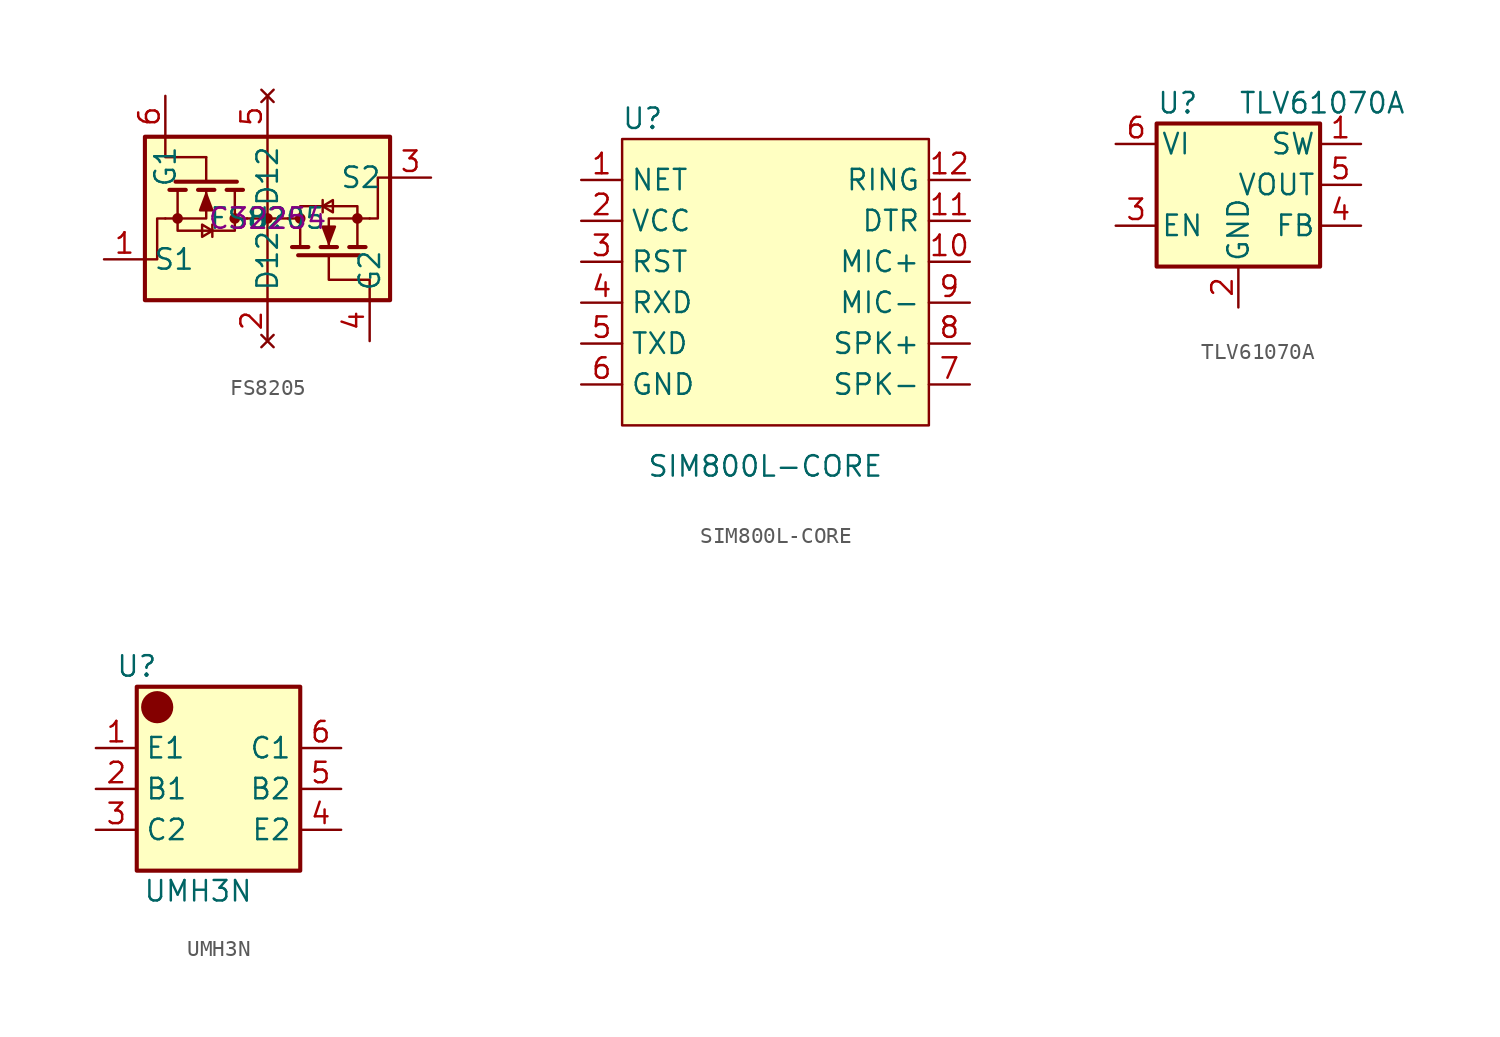
<source format=kicad_sym>
(kicad_symbol_lib
  (version 20220914)
  (generator kicad_symbol_editor)
  (symbol "FS8205"
    (property "Reference" "U"
      (at 0 0 0)
      (effects (font (size 1.27 1.27))))
    (property "Value" "FS8205"
      (at 0 0 0)
      (effects (font (size 1.27 1.27))))
    (property "LCSC" "C32254"
      (at 0 0 0)
      (effects (font (size 1.27 1.27))))
    (symbol "FS8205_0_0"
      (polyline (pts (xy 0 5.08) (xy 0 -5.08)) (stroke (width 0) (type default)) (fill (type none))))
    (symbol "FS8205_0_1"
      (rectangle (start -7.62 5.08) (end 7.62 -5.08) (stroke (width 0.254) (type default)) (fill (type background)))
      (circle (center -5.588 0) (radius 0.254) (stroke (width 0) (type default)) (fill (type outline)))
      (circle (center -2.032 0) (radius 0.254) (stroke (width 0) (type default)) (fill (type outline)))
      (polyline (pts (xy -5.08 1.778) (xy -6.096 1.778)) (stroke (width 0.254) (type default)) (fill (type none)))
      (polyline (pts (xy -3.81 2.286) (xy -3.81 3.81)) (stroke (width 0) (type default)) (fill (type none)))
      (polyline (pts (xy -3.302 1.778) (xy -4.318 1.778)) (stroke (width 0.254) (type default)) (fill (type none)))
      (polyline (pts (xy -1.905 2.286) (xy -5.715 2.286)) (stroke (width 0.254) (type default)) (fill (type none)))
      (polyline (pts (xy -1.524 1.778) (xy -2.54 1.778)) (stroke (width 0.254) (type default)) (fill (type none)))
      (polyline (pts (xy -1.27 0) (xy -2.032 0)) (stroke (width 0) (type default)) (fill (type none)))
      (polyline (pts (xy -1.27 0) (xy 1.27 0)) (stroke (width 0) (type default)) (fill (type none)))
      (polyline (pts (xy 1.27 0) (xy 2.032 0)) (stroke (width 0) (type default)) (fill (type none)))
      (polyline (pts (xy 1.524 -1.778) (xy 2.54 -1.778)) (stroke (width 0.254) (type default)) (fill (type none)))
      (polyline (pts (xy 1.905 -2.286) (xy 5.715 -2.286)) (stroke (width 0.254) (type default)) (fill (type none)))
      (polyline (pts (xy 3.302 -1.778) (xy 4.318 -1.778)) (stroke (width 0.254) (type default)) (fill (type none)))
      (polyline (pts (xy 5.08 -1.778) (xy 6.096 -1.778)) (stroke (width 0.254) (type default)) (fill (type none)))
      (polyline (pts (xy -6.35 0) (xy -3.81 0) (xy -3.81 1.778)) (stroke (width 0) (type default)) (fill (type none)))
      (polyline (pts (xy -3.81 3.81) (xy -6.35 3.81) (xy -6.35 5.08)) (stroke (width 0) (type default)) (fill (type none)))
      (polyline (pts (xy 6.35 0) (xy 3.81 0) (xy 3.81 -1.778)) (stroke (width 0) (type default)) (fill (type none)))
      (polyline (pts (xy -6.35 0) (xy -6.858 0) (xy -6.858 -2.54) (xy -7.62 -2.54)) (stroke (width 0) (type default)) (fill (type none)))
      (polyline (pts (xy -5.588 1.778) (xy -5.588 -0.762) (xy -2.032 -0.762) (xy -2.032 1.778)) (stroke (width 0) (type default)) (fill (type none)))
      (polyline (pts (xy -3.81 1.524) (xy -3.429 0.508) (xy -4.191 0.508) (xy -3.81 1.524)) (stroke (width 0) (type default)) (fill (type outline)))
      (polyline (pts (xy -3.429 -0.762) (xy -4.064 -0.381) (xy -4.064 -1.143) (xy -3.429 -0.762)) (stroke (width 0) (type default)) (fill (type none)))
      (polyline (pts (xy -3.429 -0.381) (xy -3.429 -0.381) (xy -3.429 -1.143) (xy -3.429 -1.143)) (stroke (width 0) (type default)) (fill (type none)))
      (polyline (pts (xy 3.429 0.381) (xy 3.429 0.381) (xy 3.429 1.143) (xy 3.429 1.143)) (stroke (width 0) (type default)) (fill (type none)))
      (polyline (pts (xy 3.429 0.762) (xy 4.064 0.381) (xy 4.064 1.143) (xy 3.429 0.762)) (stroke (width 0) (type default)) (fill (type none)))
      (polyline (pts (xy 3.81 -1.524) (xy 3.429 -0.508) (xy 4.191 -0.508) (xy 3.81 -1.524)) (stroke (width 0) (type default)) (fill (type outline)))
      (polyline (pts (xy 5.588 -1.778) (xy 5.588 0.762) (xy 2.032 0.762) (xy 2.032 -1.778)) (stroke (width 0) (type default)) (fill (type none)))
      (polyline (pts (xy 6.35 -5.08) (xy 6.35 -3.81) (xy 3.81 -3.81) (xy 3.81 -2.286)) (stroke (width 0) (type default)) (fill (type none)))
      (polyline (pts (xy 6.35 0) (xy 6.858 0) (xy 6.858 2.54) (xy 7.62 2.54)) (stroke (width 0) (type default)) (fill (type none)))
      (circle (center 0 0) (radius 0.254) (stroke (width 0) (type default)) (fill (type outline)))
      (circle (center 2.032 0) (radius 0.254) (stroke (width 0) (type default)) (fill (type outline)))
      (circle (center 5.588 0) (radius 0.254) (stroke (width 0) (type default)) (fill (type outline))))
    (symbol "FS8205_1_1"
      (pin passive line (at -10.16 -2.54 0) (length 2.54) (name "S1" (effects (font (size 1.27 1.27)))) (number "1" (effects (font (size 1.27 1.27)))))
      (pin no_connect line (at 0 -7.62 90) (length 2.54) (name "D12" (effects (font (size 1.27 1.27)))) (number "2" (effects (font (size 1.27 1.27)))))
      (pin passive line (at 10.16 2.54 180) (length 2.54) (name "S2" (effects (font (size 1.27 1.27)))) (number "3" (effects (font (size 1.27 1.27)))))
      (pin passive line (at 6.35 -7.62 90) (length 2.54) (name "G2" (effects (font (size 1.27 1.27)))) (number "4" (effects (font (size 1.27 1.27)))))
      (pin no_connect line (at 0 7.62 270) (length 2.54) (name "D12" (effects (font (size 1.27 1.27)))) (number "5" (effects (font (size 1.27 1.27)))))
      (pin passive line (at -6.35 7.62 270) (length 2.54) (name "G1" (effects (font (size 1.27 1.27)))) (number "6" (effects (font (size 1.27 1.27)))))))
  (symbol "SIM800L-CORE"
    (property "Reference" "U"
      (at -7.62 8.89 0)
      (effects (font (size 1.27 1.27))))
    (property "Value" "SIM800L-CORE"
      (at 0 -12.7 0)
      (effects (font (size 1.27 1.27))))
    (symbol "SIM800L-CORE_0_1"
      (rectangle (start -8.89 7.62) (end 10.16 -10.16) (stroke (width 0.152) (type default)) (fill (type background))))
    (symbol "SIM800L-CORE_1_1"
      (pin bidirectional line (at -11.43 5.08 0) (length 2.54) (name "NET" (effects (font (size 1.27 1.27)))) (number "1" (effects (font (size 1.27 1.27)))))
      (pin output line (at 12.7 0 180) (length 2.54) (name "MIC+" (effects (font (size 1.27 1.27)))) (number "10" (effects (font (size 1.27 1.27)))))
      (pin passive line (at 12.7 2.54 180) (length 2.54) (name "DTR" (effects (font (size 1.27 1.27)))) (number "11" (effects (font (size 1.27 1.27)))))
      (pin output line (at 12.7 5.08 180) (length 2.54) (name "RING" (effects (font (size 1.27 1.27)))) (number "12" (effects (font (size 1.27 1.27)))))
      (pin power_in line (at -11.43 2.54 0) (length 2.54) (name "VCC" (effects (font (size 1.27 1.27)))) (number "2" (effects (font (size 1.27 1.27)))))
      (pin input line (at -11.43 0 0) (length 2.54) (name "RST" (effects (font (size 1.27 1.27)))) (number "3" (effects (font (size 1.27 1.27)))))
      (pin input line (at -11.43 -2.54 0) (length 2.54) (name "RXD" (effects (font (size 1.27 1.27)))) (number "4" (effects (font (size 1.27 1.27)))))
      (pin output line (at -11.43 -5.08 0) (length 2.54) (name "TXD" (effects (font (size 1.27 1.27)))) (number "5" (effects (font (size 1.27 1.27)))))
      (pin passive line (at -11.43 -7.62 0) (length 2.54) (name "GND" (effects (font (size 1.27 1.27)))) (number "6" (effects (font (size 1.27 1.27)))))
      (pin output line (at 12.7 -7.62 180) (length 2.54) (name "SPK-" (effects (font (size 1.27 1.27)))) (number "7" (effects (font (size 1.27 1.27)))))
      (pin output line (at 12.7 -5.08 180) (length 2.54) (name "SPK+" (effects (font (size 1.27 1.27)))) (number "8" (effects (font (size 1.27 1.27)))))
      (pin output line (at 12.7 -2.54 180) (length 2.54) (name "MIC-" (effects (font (size 1.27 1.27)))) (number "9" (effects (font (size 1.27 1.27)))))))
  (symbol "TLV61070A"
    (pin_names
      (offset 0.254))
    (property "Reference" "U"
      (at -5.08 7.62 0)
      (effects (font (size 1.27 1.27)) (justify left)))
    (property "Value" "TLV61070A"
      (at 0 7.62 0)
      (effects (font (size 1.27 1.27)) (justify left)))
    (symbol "TLV61070A_0_1"
      (rectangle (start -5.08 6.35) (end 5.08 -2.54) (stroke (width 0.254) (type default)) (fill (type background))))
    (symbol "TLV61070A_1_1"
      (pin passive line (at 7.62 5.08 180) (length 2.54) (name "SW" (effects (font (size 1.27 1.27)))) (number "1" (effects (font (size 1.27 1.27)))))
      (pin passive line (at 0 -5.08 90) (length 2.54) (name "GND" (effects (font (size 1.27 1.27)))) (number "2" (effects (font (size 1.27 1.27)))))
      (pin input line (at -7.62 0 0) (length 2.54) (name "EN" (effects (font (size 1.27 1.27)))) (number "3" (effects (font (size 1.27 1.27)))))
      (pin input line (at 7.62 0 180) (length 2.54) (name "FB" (effects (font (size 1.27 1.27)))) (number "4" (effects (font (size 1.27 1.27)))))
      (pin power_out line (at 7.62 2.54 180) (length 2.54) (name "VOUT" (effects (font (size 1.27 1.27)))) (number "5" (effects (font (size 1.27 1.27)))))
      (pin passive line (at -7.62 5.08 0) (length 2.54) (name "VI" (effects (font (size 1.27 1.27)))) (number "6" (effects (font (size 1.27 1.27)))))))
  (symbol "UMH3N"
    (property "Reference" "U"
      (at -5.08 7.62 0)
      (effects (font (size 1.27 1.27))))
    (property "Value" "UMH3N"
      (at -1.27 -6.35 0)
      (effects (font (size 1.27 1.27))))
    (symbol "UMH3N_0_1"
      (rectangle (start -5.08 6.35) (end 5.08 -5.08) (stroke (width 0.254) (type default)) (fill (type background)))
      (circle (center -3.81 5.08) (radius 0.0001) (stroke (width 1) (type default)) (fill (type none))))
    (symbol "UMH3N_1_1"
      (pin passive line (at -7.62 2.54 0) (length 2.54) (name "E1" (effects (font (size 1.27 1.27)))) (number "1" (effects (font (size 1.27 1.27)))))
      (pin passive line (at -7.62 0 0) (length 2.54) (name "B1" (effects (font (size 1.27 1.27)))) (number "2" (effects (font (size 1.27 1.27)))))
      (pin passive line (at -7.62 -2.54 0) (length 2.54) (name "C2" (effects (font (size 1.27 1.27)))) (number "3" (effects (font (size 1.27 1.27)))))
      (pin passive line (at 7.62 -2.54 180) (length 2.54) (name "E2" (effects (font (size 1.27 1.27)))) (number "4" (effects (font (size 1.27 1.27)))))
      (pin passive line (at 7.62 0 180) (length 2.54) (name "B2" (effects (font (size 1.27 1.27)))) (number "5" (effects (font (size 1.27 1.27)))))
      (pin passive line (at 7.62 2.54 180) (length 2.54) (name "C1" (effects (font (size 1.27 1.27)))) (number "6" (effects (font (size 1.27 1.27))))))))
</source>
